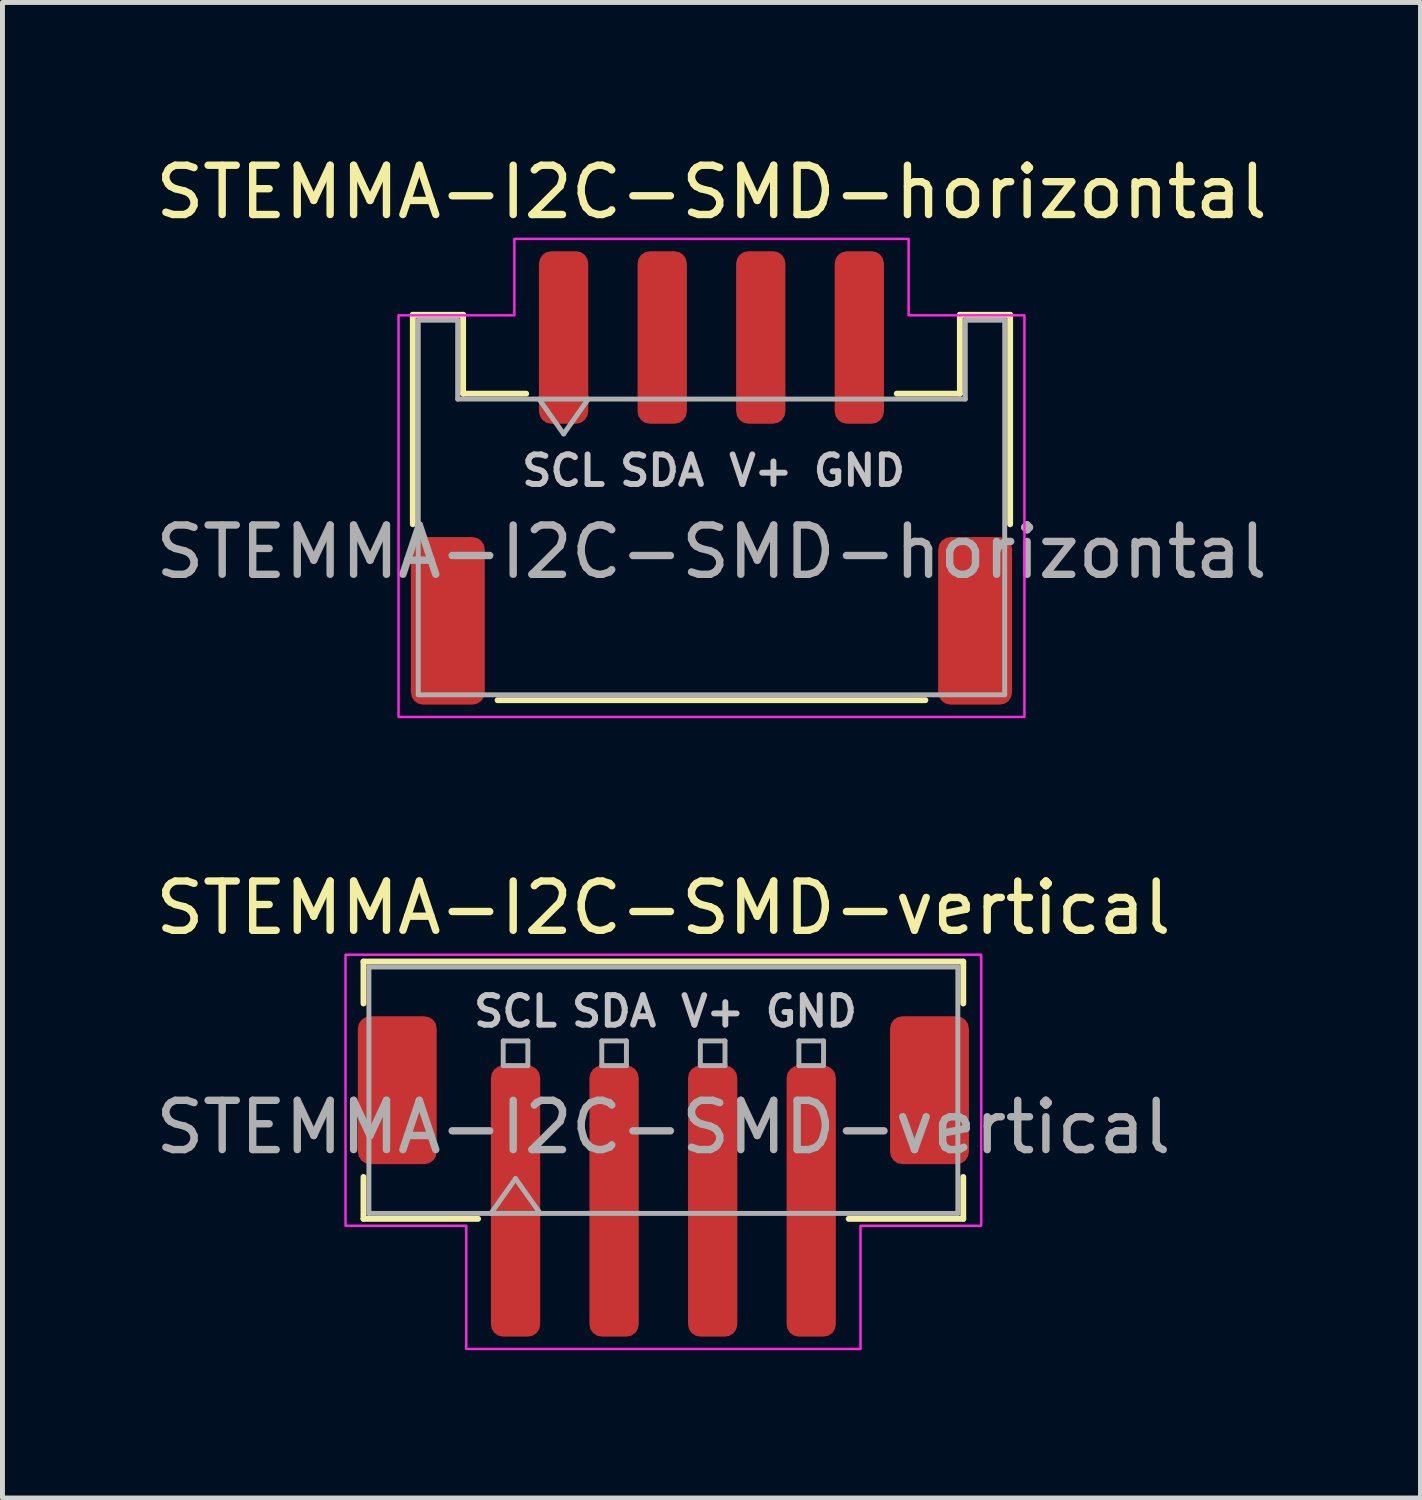
<source format=kicad_pcb>
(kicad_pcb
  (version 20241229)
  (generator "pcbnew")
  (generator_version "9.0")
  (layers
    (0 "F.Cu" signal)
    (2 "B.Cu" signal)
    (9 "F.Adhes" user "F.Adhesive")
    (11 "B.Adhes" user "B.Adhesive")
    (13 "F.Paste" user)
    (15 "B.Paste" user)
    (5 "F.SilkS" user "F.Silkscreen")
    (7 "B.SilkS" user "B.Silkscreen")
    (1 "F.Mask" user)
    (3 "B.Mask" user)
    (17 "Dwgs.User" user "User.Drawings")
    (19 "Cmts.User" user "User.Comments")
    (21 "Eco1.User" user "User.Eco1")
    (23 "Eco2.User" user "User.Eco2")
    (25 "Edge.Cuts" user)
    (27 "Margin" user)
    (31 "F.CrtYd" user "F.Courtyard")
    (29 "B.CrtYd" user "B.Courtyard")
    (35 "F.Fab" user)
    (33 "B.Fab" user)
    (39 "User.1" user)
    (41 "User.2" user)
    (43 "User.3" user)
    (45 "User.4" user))
  (footprint "STEMMA-I2C-SMD-horizontal"
    (layer "F.Cu")
    (at 11.387 6.648)
    (property "Reference" "STEMMA-I2C-SMD-horizontal" (at 0 -5.8 0) (layer "F.SilkS") (effects (font (size 1 1) (thickness 0.15))))
    (attr smd)
    (fp_line (start -6.06 -3.31) (end -5.04 -3.31) (stroke (width 0.12) (type solid)) (layer "F.SilkS"))
    (fp_line (start -6.06 0.94) (end -6.06 -3.31) (stroke (width 0.12) (type solid)) (layer "F.SilkS"))
    (fp_line (start -5.04 -3.31) (end -5.04 -1.71) (stroke (width 0.12) (type solid)) (layer "F.SilkS"))
    (fp_line (start -5.04 -1.71) (end -3.76 -1.71) (stroke (width 0.12) (type solid)) (layer "F.SilkS"))
    (fp_line (start -4.34 4.51) (end 4.34 4.51) (stroke (width 0.12) (type solid)) (layer "F.SilkS"))
    (fp_line (start 5.04 -3.31) (end 5.04 -1.71) (stroke (width 0.12) (type solid)) (layer "F.SilkS"))
    (fp_line (start 5.04 -1.71) (end 3.76 -1.71) (stroke (width 0.12) (type solid)) (layer "F.SilkS"))
    (fp_line (start 6.06 -3.31) (end 5.04 -3.31) (stroke (width 0.12) (type solid)) (layer "F.SilkS"))
    (fp_line (start 6.06 0.94) (end 6.06 -3.31) (stroke (width 0.12) (type solid)) (layer "F.SilkS"))
    (fp_poly (pts (xy -4 -4.85) (xy 4 -4.85) (xy 4 -3.3) (xy 6.35 -3.3) (xy 6.35 4.85) (xy -6.35 4.85) (xy -6.35 -3.3) (xy -4 -3.3)) (stroke (width 0.05) (type solid)) (fill no) (layer "F.CrtYd"))
    (fp_line (start -5.95 -3.2) (end -5.95 4.4) (stroke (width 0.1) (type solid)) (layer "F.Fab"))
    (fp_line (start -5.95 -3.2) (end -5.15 -3.2) (stroke (width 0.1) (type solid)) (layer "F.Fab"))
    (fp_line (start -5.95 4.4) (end 5.95 4.4) (stroke (width 0.1) (type solid)) (layer "F.Fab"))
    (fp_line (start -5.15 -3.2) (end -5.15 -1.6) (stroke (width 0.1) (type solid)) (layer "F.Fab"))
    (fp_line (start -5.15 -1.6) (end 5.15 -1.6) (stroke (width 0.1) (type solid)) (layer "F.Fab"))
    (fp_line (start -3.5 -1.6) (end -3 -0.893) (stroke (width 0.1) (type solid)) (layer "F.Fab"))
    (fp_line (start -3 -0.893) (end -2.5 -1.6) (stroke (width 0.1) (type solid)) (layer "F.Fab"))
    (fp_line (start 5.15 -3.2) (end 5.95 -3.2) (stroke (width 0.1) (type solid)) (layer "F.Fab"))
    (fp_line (start 5.15 -1.6) (end 5.15 -3.2) (stroke (width 0.1) (type solid)) (layer "F.Fab"))
    (fp_line (start 5.95 -3.2) (end 5.95 4.4) (stroke (width 0.1) (type solid)) (layer "F.Fab"))
    (fp_text user "SDA" (at -1 -0.5 0) (unlocked yes) (layer "Dwgs.User") (effects (font (size 0.6 0.6) (thickness 0.12) (bold yes)) (justify top)))
    (fp_text user "V+" (at 1 -0.5 0) (unlocked yes) (layer "Dwgs.User") (effects (font (size 0.6 0.6) (thickness 0.12) (bold yes)) (justify top)))
    (fp_text user "SCL" (at -3 -0.5 0) (unlocked yes) (layer "Dwgs.User") (effects (font (size 0.6 0.6) (thickness 0.12) (bold yes)) (justify top)))
    (fp_text user "GND" (at 3 -0.5 0) (unlocked yes) (layer "Dwgs.User") (effects (font (size 0.6 0.6) (thickness 0.12) (bold yes)) (justify top)))
    (fp_text user "${REFERENCE}" (at 0 1.5 0) (layer "F.Fab") (effects (font (size 1 1) (thickness 0.15))))
    (pad "1" smd roundrect (at -3 -2.85) (size 1 3.5) (layers "F.Cu" "F.Mask" "F.Paste") (roundrect_rratio 0.25))
    (pad "2" smd roundrect (at -1 -2.85) (size 1 3.5) (layers "F.Cu" "F.Mask" "F.Paste") (roundrect_rratio 0.25))
    (pad "3" smd roundrect (at 1 -2.85) (size 1 3.5) (layers "F.Cu" "F.Mask" "F.Paste") (roundrect_rratio 0.25))
    (pad "4" smd roundrect (at 3 -2.85) (size 1 3.5) (layers "F.Cu" "F.Mask" "F.Paste") (roundrect_rratio 0.25))
    (pad "MP" smd roundrect (at -5.35 2.9) (size 1.5 3.4) (layers "F.Cu" "F.Mask" "F.Paste") (roundrect_rratio 0.167))
    (pad "MP" smd roundrect (at 5.35 2.9) (size 1.5 3.4) (layers "F.Cu" "F.Mask" "F.Paste") (roundrect_rratio 0.167)))
  (footprint "STEMMA-I2C-SMD-vertical"
    (layer "F.Cu")
    (at 10.411 20.822)
    (property "Reference" "STEMMA-I2C-SMD-vertical" (at 0 -5.45 0) (layer "F.SilkS") (effects (font (size 1 1) (thickness 0.15))))
    (attr smd)
    (fp_line (start -6.085 -4.36) (end 6.085 -4.36) (stroke (width 0.12) (type solid)) (layer "F.SilkS"))
    (fp_line (start -6.085 -3.51) (end -6.085 -4.36) (stroke (width 0.12) (type solid)) (layer "F.SilkS"))
    (fp_line (start -6.085 0.01) (end -6.085 0.86) (stroke (width 0.12) (type solid)) (layer "F.SilkS"))
    (fp_line (start -6.085 0.86) (end -3.76 0.86) (stroke (width 0.12) (type solid)) (layer "F.SilkS"))
    (fp_line (start 6.085 -4.36) (end 6.085 -3.51) (stroke (width 0.12) (type solid)) (layer "F.SilkS"))
    (fp_line (start 6.085 0.01) (end 6.085 0.86) (stroke (width 0.12) (type solid)) (layer "F.SilkS"))
    (fp_line (start 6.085 0.86) (end 3.76 0.86) (stroke (width 0.12) (type solid)) (layer "F.SilkS"))
    (fp_poly (pts (xy 6.45 -4.5) (xy 6.45 1) (xy 4 1) (xy 4 3.5) (xy -4 3.5) (xy -4 1) (xy -6.45 1) (xy -6.45 -4.5)) (stroke (width 0.05) (type solid)) (fill no) (layer "F.CrtYd"))
    (fp_line (start -5.975 -4.25) (end 5.975 -4.25) (stroke (width 0.1) (type solid)) (layer "F.Fab"))
    (fp_line (start -5.975 0.75) (end -5.975 -4.25) (stroke (width 0.1) (type solid)) (layer "F.Fab"))
    (fp_line (start -5.975 0.75) (end 5.975 0.75) (stroke (width 0.1) (type solid)) (layer "F.Fab"))
    (fp_line (start -3.5 0.75) (end -3 0.043) (stroke (width 0.1) (type solid)) (layer "F.Fab"))
    (fp_line (start -3.25 -2.75) (end -3.25 -2.25) (stroke (width 0.1) (type solid)) (layer "F.Fab"))
    (fp_line (start -3.25 -2.25) (end -2.75 -2.25) (stroke (width 0.1) (type solid)) (layer "F.Fab"))
    (fp_line (start -3 0.043) (end -2.5 0.75) (stroke (width 0.1) (type solid)) (layer "F.Fab"))
    (fp_line (start -2.75 -2.75) (end -3.25 -2.75) (stroke (width 0.1) (type solid)) (layer "F.Fab"))
    (fp_line (start -2.75 -2.25) (end -2.75 -2.75) (stroke (width 0.1) (type solid)) (layer "F.Fab"))
    (fp_line (start -1.25 -2.75) (end -1.25 -2.25) (stroke (width 0.1) (type solid)) (layer "F.Fab"))
    (fp_line (start -1.25 -2.25) (end -0.75 -2.25) (stroke (width 0.1) (type solid)) (layer "F.Fab"))
    (fp_line (start -0.75 -2.75) (end -1.25 -2.75) (stroke (width 0.1) (type solid)) (layer "F.Fab"))
    (fp_line (start -0.75 -2.25) (end -0.75 -2.75) (stroke (width 0.1) (type solid)) (layer "F.Fab"))
    (fp_line (start 0.75 -2.75) (end 0.75 -2.25) (stroke (width 0.1) (type solid)) (layer "F.Fab"))
    (fp_line (start 0.75 -2.25) (end 1.25 -2.25) (stroke (width 0.1) (type solid)) (layer "F.Fab"))
    (fp_line (start 1.25 -2.75) (end 0.75 -2.75) (stroke (width 0.1) (type solid)) (layer "F.Fab"))
    (fp_line (start 1.25 -2.25) (end 1.25 -2.75) (stroke (width 0.1) (type solid)) (layer "F.Fab"))
    (fp_line (start 2.75 -2.75) (end 2.75 -2.25) (stroke (width 0.1) (type solid)) (layer "F.Fab"))
    (fp_line (start 2.75 -2.25) (end 3.25 -2.25) (stroke (width 0.1) (type solid)) (layer "F.Fab"))
    (fp_line (start 3.25 -2.75) (end 2.75 -2.75) (stroke (width 0.1) (type solid)) (layer "F.Fab"))
    (fp_line (start 3.25 -2.25) (end 3.25 -2.75) (stroke (width 0.1) (type solid)) (layer "F.Fab"))
    (fp_line (start 5.975 0.75) (end 5.975 -4.25) (stroke (width 0.1) (type solid)) (layer "F.Fab"))
    (fp_text user "V+" (at 1 -3 0) (unlocked yes) (layer "Dwgs.User") (effects (font (size 0.6 0.6) (thickness 0.12) (bold yes)) (justify bottom)))
    (fp_text user "SDA" (at -1 -3 0) (unlocked yes) (layer "Dwgs.User") (effects (font (size 0.6 0.6) (thickness 0.12) (bold yes)) (justify bottom)))
    (fp_text user "GND" (at 3 -3 0) (unlocked yes) (layer "Dwgs.User") (effects (font (size 0.6 0.6) (thickness 0.12) (bold yes)) (justify bottom)))
    (fp_text user "SCL" (at -3 -3 0) (unlocked yes) (layer "Dwgs.User") (effects (font (size 0.6 0.6) (thickness 0.12) (bold yes)) (justify bottom)))
    (fp_text user "${REFERENCE}" (at 0 -1 0) (layer "F.Fab") (effects (font (size 1 1) (thickness 0.15))))
    (pad "1" smd roundrect (at -3 0.5) (size 1 5.5) (layers "F.Cu" "F.Mask" "F.Paste") (roundrect_rratio 0.25))
    (pad "2" smd roundrect (at -1 0.5) (size 1 5.5) (layers "F.Cu" "F.Mask" "F.Paste") (roundrect_rratio 0.25))
    (pad "3" smd roundrect (at 1 0.5) (size 1 5.5) (layers "F.Cu" "F.Mask" "F.Paste") (roundrect_rratio 0.25))
    (pad "4" smd roundrect (at 3 0.5) (size 1 5.5) (layers "F.Cu" "F.Mask" "F.Paste") (roundrect_rratio 0.25))
    (pad "MP" smd roundrect (at -5.4 -1.75) (size 1.6 3) (layers "F.Cu" "F.Mask" "F.Paste") (roundrect_rratio 0.156))
    (pad "MP" smd roundrect (at 5.4 -1.75) (size 1.6 3) (layers "F.Cu" "F.Mask" "F.Paste") (roundrect_rratio 0.156)))
  (gr_rect
    (start -3 -3)
    (end 25.774 27.346)
    (stroke (width 0.1) (type default))
    (fill no)
    (layer "Edge.Cuts")))
</source>
